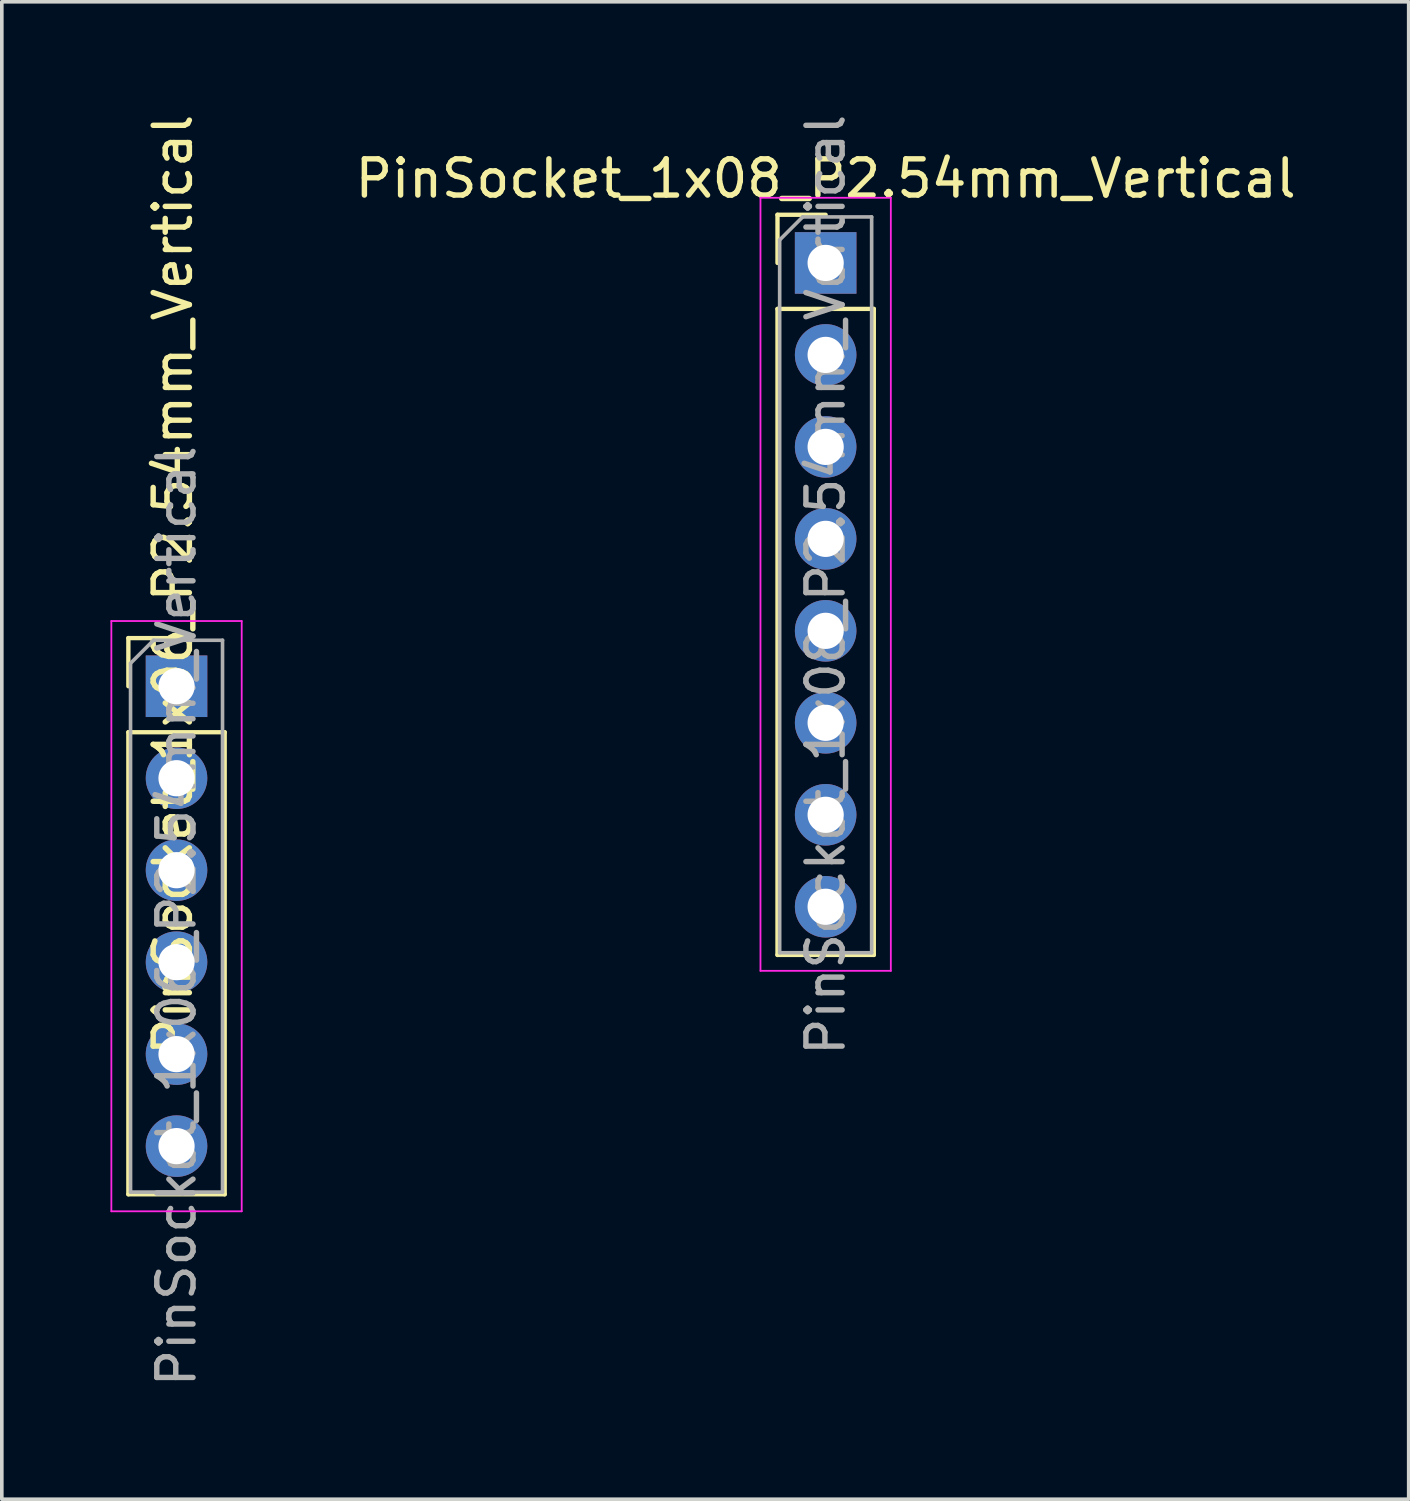
<source format=kicad_pcb>
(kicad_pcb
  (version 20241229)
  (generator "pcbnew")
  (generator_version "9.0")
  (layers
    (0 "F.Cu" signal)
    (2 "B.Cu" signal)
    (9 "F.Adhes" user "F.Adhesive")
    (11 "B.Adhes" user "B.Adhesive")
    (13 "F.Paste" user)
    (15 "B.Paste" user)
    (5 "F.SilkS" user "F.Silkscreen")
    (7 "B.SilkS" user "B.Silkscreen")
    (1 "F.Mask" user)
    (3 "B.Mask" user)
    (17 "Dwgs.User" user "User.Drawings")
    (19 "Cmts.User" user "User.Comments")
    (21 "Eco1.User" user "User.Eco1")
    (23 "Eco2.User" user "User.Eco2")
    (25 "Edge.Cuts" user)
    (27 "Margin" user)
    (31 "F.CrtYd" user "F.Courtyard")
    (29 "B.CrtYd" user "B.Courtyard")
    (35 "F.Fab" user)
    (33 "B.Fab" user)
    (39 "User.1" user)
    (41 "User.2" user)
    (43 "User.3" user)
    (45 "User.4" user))
  (footprint "PinSocket_1x08_P2.54mm_Vertical"
    (layer "F.Cu")
    (at 19.751 4.211)
    (property "Reference" "PinSocket_1x08_P2.54mm_Vertical" (at 0 -2.33 0) (layer "F.SilkS") (effects (font (size 1 1) (thickness 0.15))))
    (attr through_hole)
    (fp_line (start -1.33 -1.33) (end 0 -1.33) (stroke (width 0.12) (type solid)) (layer "F.SilkS"))
    (fp_line (start -1.33 0) (end -1.33 -1.33) (stroke (width 0.12) (type solid)) (layer "F.SilkS"))
    (fp_line (start -1.33 1.27) (end -1.33 19.11) (stroke (width 0.12) (type solid)) (layer "F.SilkS"))
    (fp_line (start -1.33 1.27) (end 1.33 1.27) (stroke (width 0.12) (type solid)) (layer "F.SilkS"))
    (fp_line (start -1.33 19.11) (end 1.33 19.11) (stroke (width 0.12) (type solid)) (layer "F.SilkS"))
    (fp_line (start 1.33 1.27) (end 1.33 19.11) (stroke (width 0.12) (type solid)) (layer "F.SilkS"))
    (fp_line (start -1.8 -1.8) (end -1.8 19.55) (stroke (width 0.05) (type solid)) (layer "F.CrtYd"))
    (fp_line (start -1.8 19.55) (end 1.8 19.55) (stroke (width 0.05) (type solid)) (layer "F.CrtYd"))
    (fp_line (start 1.8 -1.8) (end -1.8 -1.8) (stroke (width 0.05) (type solid)) (layer "F.CrtYd"))
    (fp_line (start 1.8 19.55) (end 1.8 -1.8) (stroke (width 0.05) (type solid)) (layer "F.CrtYd"))
    (fp_line (start -1.27 -0.635) (end -0.635 -1.27) (stroke (width 0.1) (type solid)) (layer "F.Fab"))
    (fp_line (start -1.27 19.05) (end -1.27 -0.635) (stroke (width 0.1) (type solid)) (layer "F.Fab"))
    (fp_line (start -0.635 -1.27) (end 1.27 -1.27) (stroke (width 0.1) (type solid)) (layer "F.Fab"))
    (fp_line (start 1.27 -1.27) (end 1.27 19.05) (stroke (width 0.1) (type solid)) (layer "F.Fab"))
    (fp_line (start 1.27 19.05) (end -1.27 19.05) (stroke (width 0.1) (type solid)) (layer "F.Fab"))
    (fp_text user "${REFERENCE}" (at 0 8.89 90) (layer "F.Fab") (effects (font (size 1 1) (thickness 0.15))))
    (pad "1" thru_hole rect (at 0 0) (size 1.7 1.7) (drill 1) (layers "*.Cu" "*.Mask"))
    (pad "2" thru_hole oval (at 0 2.54) (size 1.7 1.7) (drill 1) (layers "*.Cu" "*.Mask"))
    (pad "3" thru_hole oval (at 0 5.08) (size 1.7 1.7) (drill 1) (layers "*.Cu" "*.Mask"))
    (pad "4" thru_hole oval (at 0 7.62) (size 1.7 1.7) (drill 1) (layers "*.Cu" "*.Mask"))
    (pad "5" thru_hole oval (at 0 10.16) (size 1.7 1.7) (drill 1) (layers "*.Cu" "*.Mask"))
    (pad "6" thru_hole oval (at 0 12.7) (size 1.7 1.7) (drill 1) (layers "*.Cu" "*.Mask"))
    (pad "7" thru_hole oval (at 0 15.24) (size 1.7 1.7) (drill 1) (layers "*.Cu" "*.Mask"))
    (pad "8" thru_hole oval (at 0 17.78) (size 1.7 1.7) (drill 1) (layers "*.Cu" "*.Mask")))
  (footprint "PinSocket_1x06_P2.54mm_Vertical"
    (layer "F.Cu")
    (at 1.825 15.901)
    (property "Reference" "PinSocket_1x06_P2.54mm_Vertical" (at -0.1 -2.8 90) (layer "F.SilkS") (effects (font (size 1 1) (thickness 0.15))))
    (attr through_hole)
    (fp_line (start -1.33 -1.33) (end 0 -1.33) (stroke (width 0.12) (type solid)) (layer "F.SilkS"))
    (fp_line (start -1.33 0) (end -1.33 -1.33) (stroke (width 0.12) (type solid)) (layer "F.SilkS"))
    (fp_line (start -1.33 1.27) (end -1.33 14.03) (stroke (width 0.12) (type solid)) (layer "F.SilkS"))
    (fp_line (start -1.33 1.27) (end 1.33 1.27) (stroke (width 0.12) (type solid)) (layer "F.SilkS"))
    (fp_line (start -1.33 14.03) (end 1.33 14.03) (stroke (width 0.12) (type solid)) (layer "F.SilkS"))
    (fp_line (start 1.33 1.27) (end 1.33 14.03) (stroke (width 0.12) (type solid)) (layer "F.SilkS"))
    (fp_line (start -1.8 -1.8) (end -1.8 14.5) (stroke (width 0.05) (type solid)) (layer "F.CrtYd"))
    (fp_line (start -1.8 14.5) (end 1.8 14.5) (stroke (width 0.05) (type solid)) (layer "F.CrtYd"))
    (fp_line (start 1.8 -1.8) (end -1.8 -1.8) (stroke (width 0.05) (type solid)) (layer "F.CrtYd"))
    (fp_line (start 1.8 14.5) (end 1.8 -1.8) (stroke (width 0.05) (type solid)) (layer "F.CrtYd"))
    (fp_line (start -1.27 -0.635) (end -0.635 -1.27) (stroke (width 0.1) (type solid)) (layer "F.Fab"))
    (fp_line (start -1.27 13.97) (end -1.27 -0.635) (stroke (width 0.1) (type solid)) (layer "F.Fab"))
    (fp_line (start -0.635 -1.27) (end 1.27 -1.27) (stroke (width 0.1) (type solid)) (layer "F.Fab"))
    (fp_line (start 1.27 -1.27) (end 1.27 13.97) (stroke (width 0.1) (type solid)) (layer "F.Fab"))
    (fp_line (start 1.27 13.97) (end -1.27 13.97) (stroke (width 0.1) (type solid)) (layer "F.Fab"))
    (fp_text user "${REFERENCE}" (at 0 6.35 270) (layer "F.Fab") (effects (font (size 1 1) (thickness 0.15))))
    (pad "1" thru_hole rect (at 0 0) (size 1.7 1.7) (drill 1) (layers "*.Cu" "*.Mask"))
    (pad "2" thru_hole oval (at 0 2.54) (size 1.7 1.7) (drill 1) (layers "*.Cu" "*.Mask"))
    (pad "3" thru_hole oval (at 0 5.08) (size 1.7 1.7) (drill 1) (layers "*.Cu" "*.Mask"))
    (pad "4" thru_hole oval (at 0 7.62) (size 1.7 1.7) (drill 1) (layers "*.Cu" "*.Mask"))
    (pad "5" thru_hole oval (at 0 10.16) (size 1.7 1.7) (drill 1) (layers "*.Cu" "*.Mask"))
    (pad "6" thru_hole oval (at 0 12.7) (size 1.7 1.7) (drill 1) (layers "*.Cu" "*.Mask")))
  (gr_rect
    (start -3 -3)
    (end 35.852 38.352)
    (stroke (width 0.1) (type default))
    (fill no)
    (layer "Edge.Cuts")))
</source>
